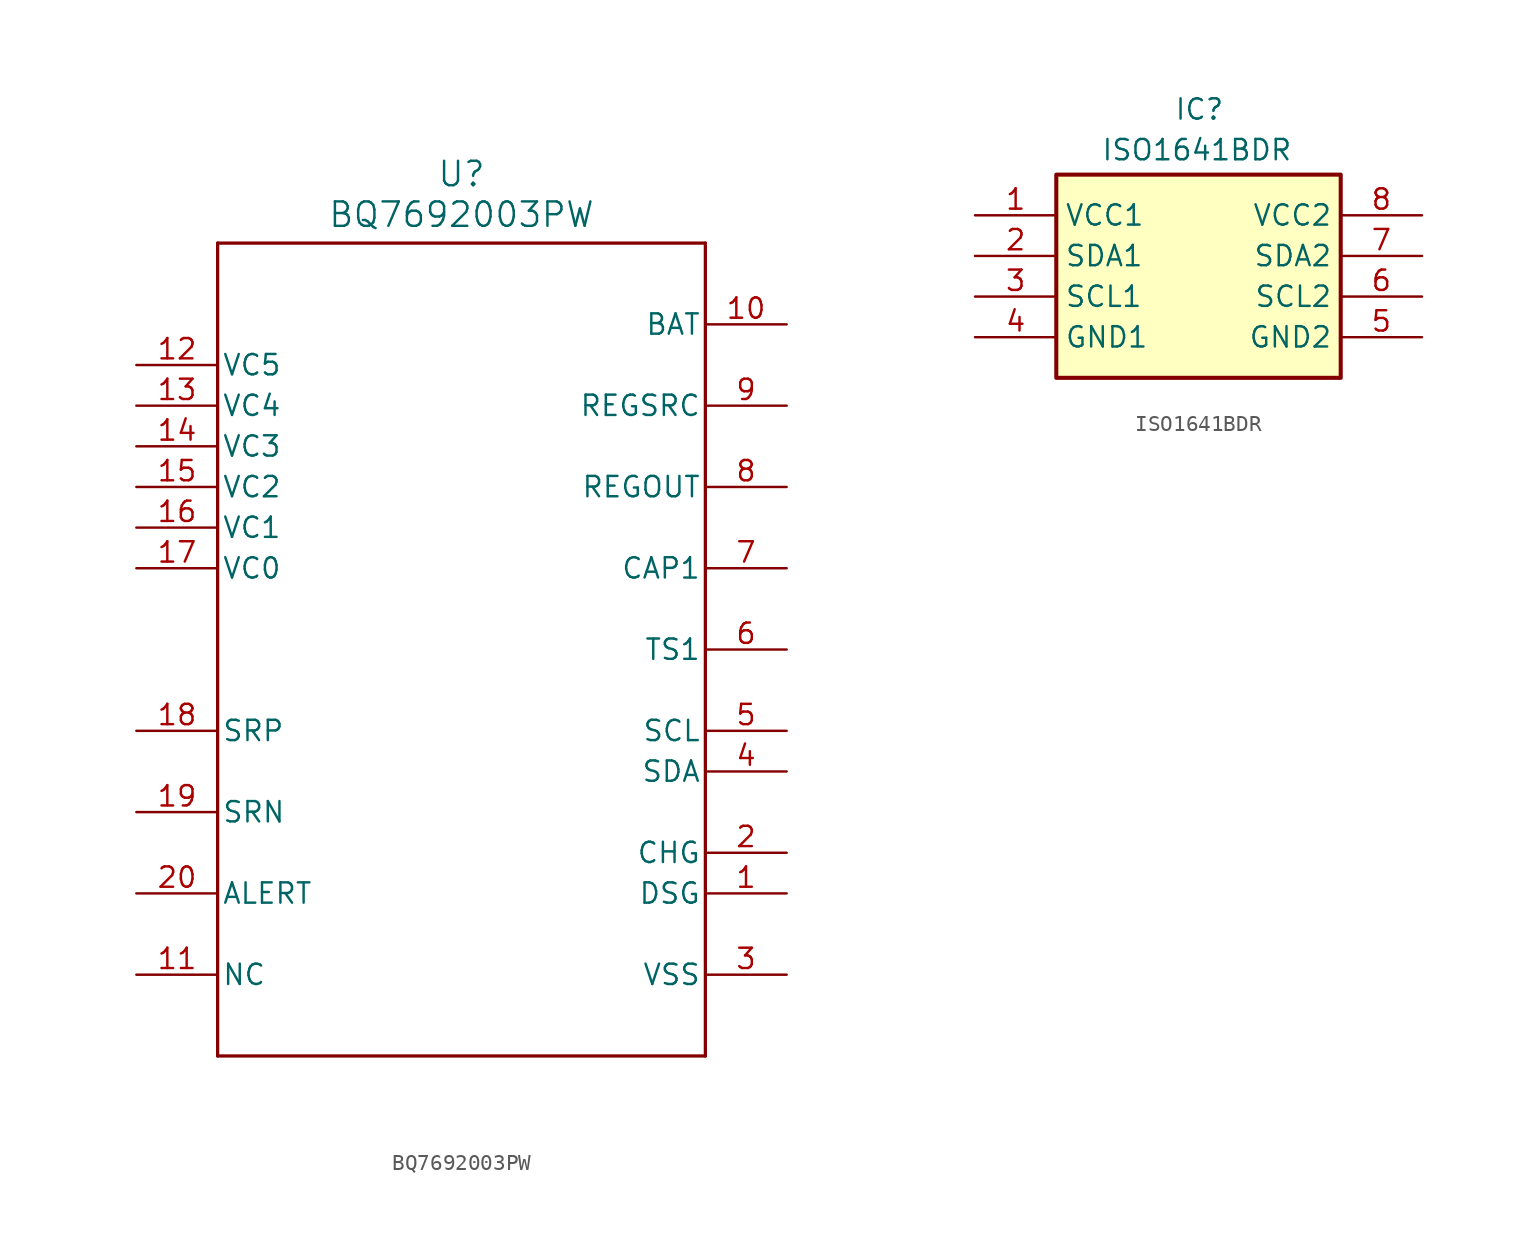
<source format=kicad_sym>
(kicad_symbol_lib
  (version 20241209)
  (generator "kicad_symbol_editor")
  (generator_version "9.0")
  (symbol "BQ7692003PW"
    (pin_names
      (offset 0.254))
    (property "Reference" "U"
      (at 0 29.718 0)
      (effects (font (size 1.524 1.524))))
    (property "Value" "BQ7692003PW"
      (at 0 27.178 0)
      (effects (font (size 1.524 1.524))))
    (symbol "BQ7692003PW_0_1"
      (polyline (pts (xy -15.24 25.4) (xy -15.24 -25.4)) (stroke (width 0.203) (type default)) (fill (type none)))
      (polyline (pts (xy -15.24 -25.4) (xy 15.24 -25.4)) (stroke (width 0.203) (type default)) (fill (type none)))
      (polyline (pts (xy 15.24 25.4) (xy -15.24 25.4)) (stroke (width 0.203) (type default)) (fill (type none)))
      (polyline (pts (xy 15.24 -25.4) (xy 15.24 25.4)) (stroke (width 0.203) (type default)) (fill (type none)))
      (pin input line (at -20.32 17.78 0) (length 5.08) (name "VC5" (effects (font (size 1.27 1.27)))) (number "12" (effects (font (size 1.27 1.27)))))
      (pin input line (at -20.32 15.24 0) (length 5.08) (name "VC4" (effects (font (size 1.27 1.27)))) (number "13" (effects (font (size 1.27 1.27)))))
      (pin input line (at -20.32 12.7 0) (length 5.08) (name "VC3" (effects (font (size 1.27 1.27)))) (number "14" (effects (font (size 1.27 1.27)))))
      (pin input line (at -20.32 10.16 0) (length 5.08) (name "VC2" (effects (font (size 1.27 1.27)))) (number "15" (effects (font (size 1.27 1.27)))))
      (pin input line (at -20.32 7.62 0) (length 5.08) (name "VC1" (effects (font (size 1.27 1.27)))) (number "16" (effects (font (size 1.27 1.27)))))
      (pin input line (at -20.32 5.08 0) (length 5.08) (name "VC0" (effects (font (size 1.27 1.27)))) (number "17" (effects (font (size 1.27 1.27)))))
      (pin input line (at -20.32 -5.08 0) (length 5.08) (name "SRP" (effects (font (size 1.27 1.27)))) (number "18" (effects (font (size 1.27 1.27)))))
      (pin input line (at -20.32 -10.16 0) (length 5.08) (name "SRN" (effects (font (size 1.27 1.27)))) (number "19" (effects (font (size 1.27 1.27)))))
      (pin bidirectional line (at -20.32 -15.24 0) (length 5.08) (name "ALERT" (effects (font (size 1.27 1.27)))) (number "20" (effects (font (size 1.27 1.27)))))
      (pin unspecified line (at -20.32 -20.32 0) (length 5.08) (name "NC" (effects (font (size 1.27 1.27)))) (number "11" (effects (font (size 1.27 1.27)))))
      (pin power_in line (at 20.32 20.32 180) (length 5.08) (name "BAT" (effects (font (size 1.27 1.27)))) (number "10" (effects (font (size 1.27 1.27)))))
      (pin power_in line (at 20.32 15.24 180) (length 5.08) (name "REGSRC" (effects (font (size 1.27 1.27)))) (number "9" (effects (font (size 1.27 1.27)))))
      (pin power_in line (at 20.32 10.16 180) (length 5.08) (name "REGOUT" (effects (font (size 1.27 1.27)))) (number "8" (effects (font (size 1.27 1.27)))))
      (pin output line (at 20.32 5.08 180) (length 5.08) (name "CAP1" (effects (font (size 1.27 1.27)))) (number "7" (effects (font (size 1.27 1.27)))))
      (pin input line (at 20.32 0 180) (length 5.08) (name "TS1" (effects (font (size 1.27 1.27)))) (number "6" (effects (font (size 1.27 1.27)))))
      (pin input line (at 20.32 -5.08 180) (length 5.08) (name "SCL" (effects (font (size 1.27 1.27)))) (number "5" (effects (font (size 1.27 1.27)))))
      (pin bidirectional line (at 20.32 -7.62 180) (length 5.08) (name "SDA" (effects (font (size 1.27 1.27)))) (number "4" (effects (font (size 1.27 1.27)))))
      (pin output line (at 20.32 -12.7 180) (length 5.08) (name "CHG" (effects (font (size 1.27 1.27)))) (number "2" (effects (font (size 1.27 1.27)))))
      (pin output line (at 20.32 -15.24 180) (length 5.08) (name "DSG" (effects (font (size 1.27 1.27)))) (number "1" (effects (font (size 1.27 1.27)))))
      (pin power_in line (at 20.32 -20.32 180) (length 5.08) (name "VSS" (effects (font (size 1.27 1.27)))) (number "3" (effects (font (size 1.27 1.27)))))))
  (symbol "ISO1641BDR"
    (property "Reference" "IC"
      (at 12.446 7.366 0)
      (effects (font (size 1.27 1.27)) (justify left top)))
    (property "Value" "ISO1641BDR"
      (at 7.874 4.826 0)
      (effects (font (size 1.27 1.27)) (justify left top)))
    (symbol "ISO1641BDR_1_1"
      (rectangle (start 5.08 2.54) (end 22.86 -10.16) (stroke (width 0.254) (type default)) (fill (type background)))
      (pin passive line (at 0 0 0) (length 5.08) (name "VCC1" (effects (font (size 1.27 1.27)))) (number "1" (effects (font (size 1.27 1.27)))))
      (pin passive line (at 0 -2.54 0) (length 5.08) (name "SDA1" (effects (font (size 1.27 1.27)))) (number "2" (effects (font (size 1.27 1.27)))))
      (pin passive line (at 0 -5.08 0) (length 5.08) (name "SCL1" (effects (font (size 1.27 1.27)))) (number "3" (effects (font (size 1.27 1.27)))))
      (pin passive line (at 0 -7.62 0) (length 5.08) (name "GND1" (effects (font (size 1.27 1.27)))) (number "4" (effects (font (size 1.27 1.27)))))
      (pin passive line (at 27.94 0 180) (length 5.08) (name "VCC2" (effects (font (size 1.27 1.27)))) (number "8" (effects (font (size 1.27 1.27)))))
      (pin passive line (at 27.94 -2.54 180) (length 5.08) (name "SDA2" (effects (font (size 1.27 1.27)))) (number "7" (effects (font (size 1.27 1.27)))))
      (pin passive line (at 27.94 -5.08 180) (length 5.08) (name "SCL2" (effects (font (size 1.27 1.27)))) (number "6" (effects (font (size 1.27 1.27)))))
      (pin passive line (at 27.94 -7.62 180) (length 5.08) (name "GND2" (effects (font (size 1.27 1.27)))) (number "5" (effects (font (size 1.27 1.27))))))))
</source>
